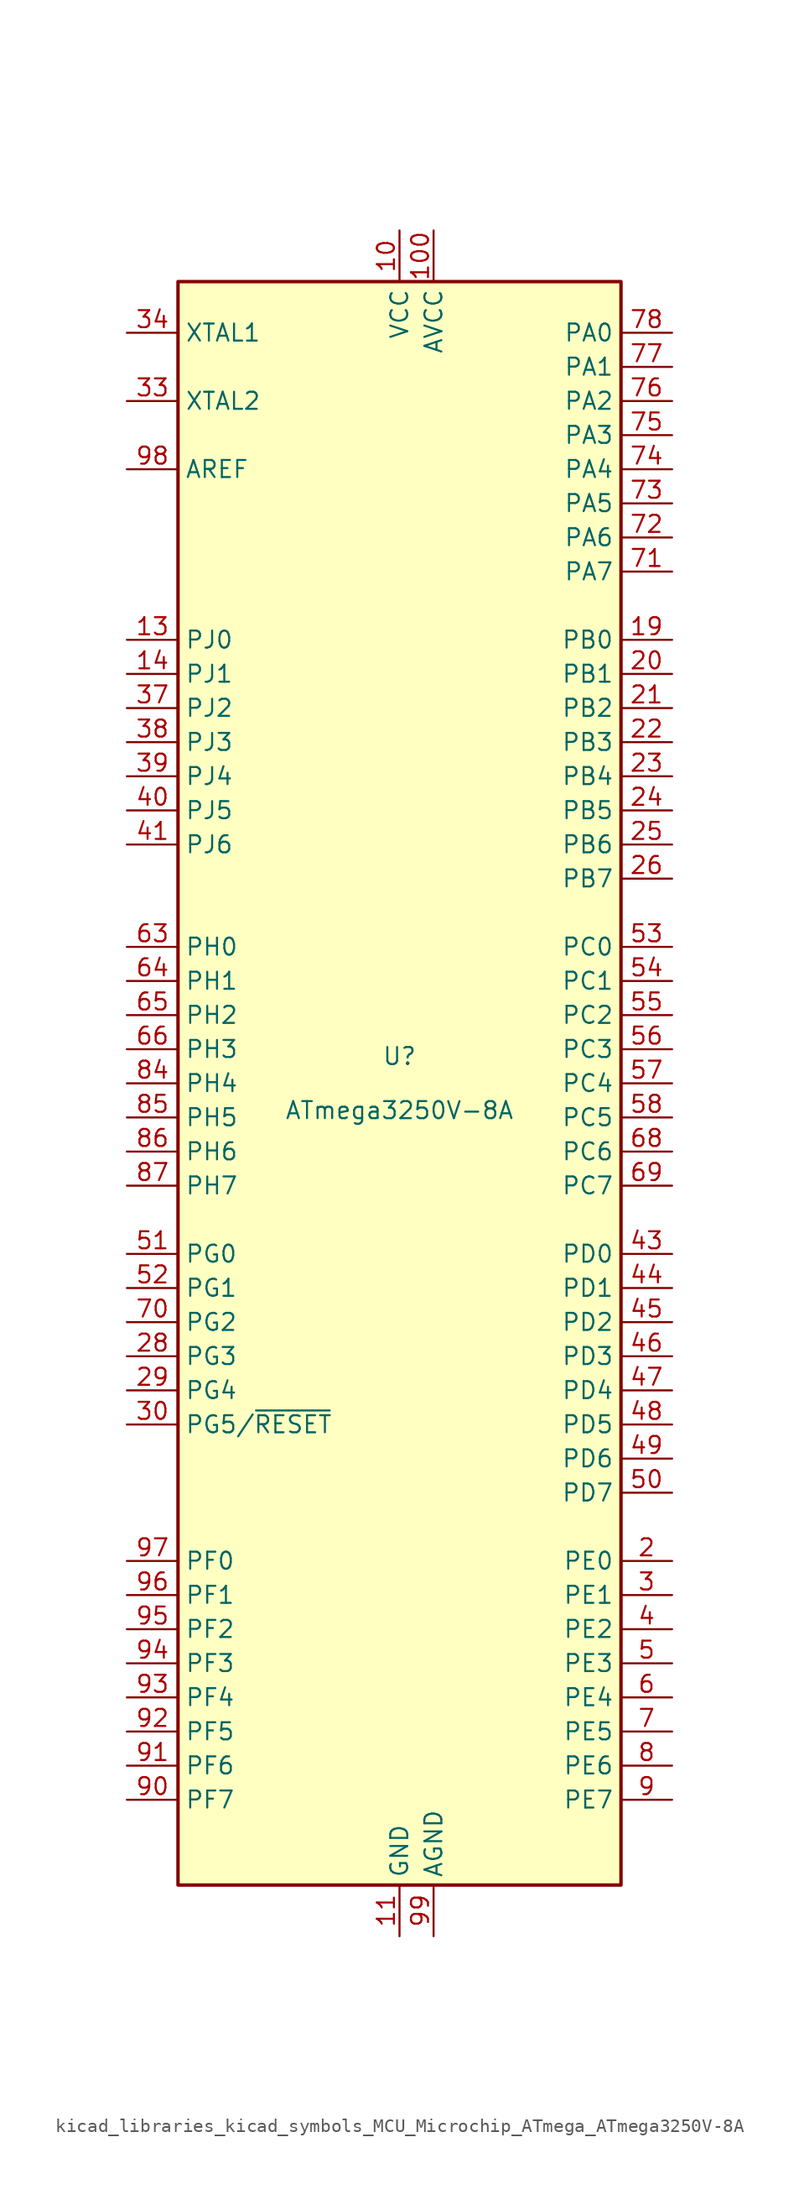
<source format=kicad_sym>
(kicad_symbol_lib
  (version 20220914)
  (generator kicad_symbol_editor)
  (symbol "kicad_libraries_kicad_symbols_MCU_Microchip_ATmega_ATmega3250V-8A"
    (property "Reference" "U"
      (at 0 1.27 0)
      (effects (font (size 1.27 1.27)) (justify bottom)))
    (property "Value" "ATmega3250V-8A"
      (at 0 -1.27 0)
      (effects (font (size 1.27 1.27)) (justify top)))
    (symbol "kicad_libraries_kicad_symbols_MCU_Microchip_ATmega_ATmega3250V-8A_0_1"
      (rectangle (start -16.51 -59.69) (end 16.51 59.69) (stroke (width 0.254) (type default)) (fill (type background))))
    (symbol "kicad_libraries_kicad_symbols_MCU_Microchip_ATmega_ATmega3250V-8A_1_1"
      (pin no_connect line (at -15.24 40.64 0) (length 2.54) hide (name "NC" (effects (font (size 1.27 1.27)))) (number "1" (effects (font (size 1.27 1.27)))))
      (pin power_in line (at 0 63.5 270) (length 3.81) (name "VCC" (effects (font (size 1.27 1.27)))) (number "10" (effects (font (size 1.27 1.27)))))
      (pin power_in line (at 2.54 63.5 270) (length 3.81) (name "AVCC" (effects (font (size 1.27 1.27)))) (number "100" (effects (font (size 1.27 1.27)))))
      (pin power_in line (at 0 -63.5 90) (length 3.81) (name "GND" (effects (font (size 1.27 1.27)))) (number "11" (effects (font (size 1.27 1.27)))))
      (pin no_connect line (at -15.24 38.1 0) (length 2.54) hide (name "NC" (effects (font (size 1.27 1.27)))) (number "12" (effects (font (size 1.27 1.27)))))
      (pin bidirectional line (at -20.32 33.02 0) (length 3.81) (name "PJ0" (effects (font (size 1.27 1.27)))) (number "13" (effects (font (size 1.27 1.27)))))
      (pin bidirectional line (at -20.32 30.48 0) (length 3.81) (name "PJ1" (effects (font (size 1.27 1.27)))) (number "14" (effects (font (size 1.27 1.27)))))
      (pin no_connect line (at -15.24 35.56 0) (length 2.54) hide (name "NC" (effects (font (size 1.27 1.27)))) (number "15" (effects (font (size 1.27 1.27)))))
      (pin no_connect line (at -15.24 15.24 0) (length 2.54) hide (name "NC" (effects (font (size 1.27 1.27)))) (number "16" (effects (font (size 1.27 1.27)))))
      (pin no_connect line (at -15.24 12.7 0) (length 2.54) hide (name "NC" (effects (font (size 1.27 1.27)))) (number "17" (effects (font (size 1.27 1.27)))))
      (pin no_connect line (at -15.24 -10.16 0) (length 2.54) hide (name "NC" (effects (font (size 1.27 1.27)))) (number "18" (effects (font (size 1.27 1.27)))))
      (pin bidirectional line (at 20.32 33.02 180) (length 3.81) (name "PB0" (effects (font (size 1.27 1.27)))) (number "19" (effects (font (size 1.27 1.27)))))
      (pin bidirectional line (at 20.32 -35.56 180) (length 3.81) (name "PE0" (effects (font (size 1.27 1.27)))) (number "2" (effects (font (size 1.27 1.27)))))
      (pin bidirectional line (at 20.32 30.48 180) (length 3.81) (name "PB1" (effects (font (size 1.27 1.27)))) (number "20" (effects (font (size 1.27 1.27)))))
      (pin bidirectional line (at 20.32 27.94 180) (length 3.81) (name "PB2" (effects (font (size 1.27 1.27)))) (number "21" (effects (font (size 1.27 1.27)))))
      (pin bidirectional line (at 20.32 25.4 180) (length 3.81) (name "PB3" (effects (font (size 1.27 1.27)))) (number "22" (effects (font (size 1.27 1.27)))))
      (pin bidirectional line (at 20.32 22.86 180) (length 3.81) (name "PB4" (effects (font (size 1.27 1.27)))) (number "23" (effects (font (size 1.27 1.27)))))
      (pin bidirectional line (at 20.32 20.32 180) (length 3.81) (name "PB5" (effects (font (size 1.27 1.27)))) (number "24" (effects (font (size 1.27 1.27)))))
      (pin bidirectional line (at 20.32 17.78 180) (length 3.81) (name "PB6" (effects (font (size 1.27 1.27)))) (number "25" (effects (font (size 1.27 1.27)))))
      (pin bidirectional line (at 20.32 15.24 180) (length 3.81) (name "PB7" (effects (font (size 1.27 1.27)))) (number "26" (effects (font (size 1.27 1.27)))))
      (pin no_connect line (at -15.24 -27.94 0) (length 2.54) hide (name "NC" (effects (font (size 1.27 1.27)))) (number "27" (effects (font (size 1.27 1.27)))))
      (pin bidirectional line (at -20.32 -20.32 0) (length 3.81) (name "PG3" (effects (font (size 1.27 1.27)))) (number "28" (effects (font (size 1.27 1.27)))))
      (pin bidirectional line (at -20.32 -22.86 0) (length 3.81) (name "PG4" (effects (font (size 1.27 1.27)))) (number "29" (effects (font (size 1.27 1.27)))))
      (pin bidirectional line (at 20.32 -38.1 180) (length 3.81) (name "PE1" (effects (font (size 1.27 1.27)))) (number "3" (effects (font (size 1.27 1.27)))))
      (pin bidirectional line (at -20.32 -25.4 0) (length 3.81) (name "PG5/~{RESET}" (effects (font (size 1.27 1.27)))) (number "30" (effects (font (size 1.27 1.27)))))
      (pin passive line (at 0 63.5 270) (length 3.81) hide (name "VCC" (effects (font (size 1.27 1.27)))) (number "31" (effects (font (size 1.27 1.27)))))
      (pin passive line (at 0 -63.5 90) (length 3.81) hide (name "GND" (effects (font (size 1.27 1.27)))) (number "32" (effects (font (size 1.27 1.27)))))
      (pin output line (at -20.32 50.8 0) (length 3.81) (name "XTAL2" (effects (font (size 1.27 1.27)))) (number "33" (effects (font (size 1.27 1.27)))))
      (pin input line (at -20.32 55.88 0) (length 3.81) (name "XTAL1" (effects (font (size 1.27 1.27)))) (number "34" (effects (font (size 1.27 1.27)))))
      (pin no_connect line (at -15.24 -30.48 0) (length 2.54) hide (name "NC" (effects (font (size 1.27 1.27)))) (number "35" (effects (font (size 1.27 1.27)))))
      (pin no_connect line (at -15.24 -33.02 0) (length 2.54) hide (name "NC" (effects (font (size 1.27 1.27)))) (number "36" (effects (font (size 1.27 1.27)))))
      (pin bidirectional line (at -20.32 27.94 0) (length 3.81) (name "PJ2" (effects (font (size 1.27 1.27)))) (number "37" (effects (font (size 1.27 1.27)))))
      (pin bidirectional line (at -20.32 25.4 0) (length 3.81) (name "PJ3" (effects (font (size 1.27 1.27)))) (number "38" (effects (font (size 1.27 1.27)))))
      (pin bidirectional line (at -20.32 22.86 0) (length 3.81) (name "PJ4" (effects (font (size 1.27 1.27)))) (number "39" (effects (font (size 1.27 1.27)))))
      (pin bidirectional line (at 20.32 -40.64 180) (length 3.81) (name "PE2" (effects (font (size 1.27 1.27)))) (number "4" (effects (font (size 1.27 1.27)))))
      (pin bidirectional line (at -20.32 20.32 0) (length 3.81) (name "PJ5" (effects (font (size 1.27 1.27)))) (number "40" (effects (font (size 1.27 1.27)))))
      (pin bidirectional line (at -20.32 17.78 0) (length 3.81) (name "PJ6" (effects (font (size 1.27 1.27)))) (number "41" (effects (font (size 1.27 1.27)))))
      (pin no_connect line (at -15.24 -58.42 90) (length 2.54) hide (name "NC" (effects (font (size 1.27 1.27)))) (number "42" (effects (font (size 1.27 1.27)))))
      (pin bidirectional line (at 20.32 -12.7 180) (length 3.81) (name "PD0" (effects (font (size 1.27 1.27)))) (number "43" (effects (font (size 1.27 1.27)))))
      (pin bidirectional line (at 20.32 -15.24 180) (length 3.81) (name "PD1" (effects (font (size 1.27 1.27)))) (number "44" (effects (font (size 1.27 1.27)))))
      (pin bidirectional line (at 20.32 -17.78 180) (length 3.81) (name "PD2" (effects (font (size 1.27 1.27)))) (number "45" (effects (font (size 1.27 1.27)))))
      (pin bidirectional line (at 20.32 -20.32 180) (length 3.81) (name "PD3" (effects (font (size 1.27 1.27)))) (number "46" (effects (font (size 1.27 1.27)))))
      (pin bidirectional line (at 20.32 -22.86 180) (length 3.81) (name "PD4" (effects (font (size 1.27 1.27)))) (number "47" (effects (font (size 1.27 1.27)))))
      (pin bidirectional line (at 20.32 -25.4 180) (length 3.81) (name "PD5" (effects (font (size 1.27 1.27)))) (number "48" (effects (font (size 1.27 1.27)))))
      (pin bidirectional line (at 20.32 -27.94 180) (length 3.81) (name "PD6" (effects (font (size 1.27 1.27)))) (number "49" (effects (font (size 1.27 1.27)))))
      (pin bidirectional line (at 20.32 -43.18 180) (length 3.81) (name "PE3" (effects (font (size 1.27 1.27)))) (number "5" (effects (font (size 1.27 1.27)))))
      (pin bidirectional line (at 20.32 -30.48 180) (length 3.81) (name "PD7" (effects (font (size 1.27 1.27)))) (number "50" (effects (font (size 1.27 1.27)))))
      (pin bidirectional line (at -20.32 -12.7 0) (length 3.81) (name "PG0" (effects (font (size 1.27 1.27)))) (number "51" (effects (font (size 1.27 1.27)))))
      (pin bidirectional line (at -20.32 -15.24 0) (length 3.81) (name "PG1" (effects (font (size 1.27 1.27)))) (number "52" (effects (font (size 1.27 1.27)))))
      (pin bidirectional line (at 20.32 10.16 180) (length 3.81) (name "PC0" (effects (font (size 1.27 1.27)))) (number "53" (effects (font (size 1.27 1.27)))))
      (pin bidirectional line (at 20.32 7.62 180) (length 3.81) (name "PC1" (effects (font (size 1.27 1.27)))) (number "54" (effects (font (size 1.27 1.27)))))
      (pin bidirectional line (at 20.32 5.08 180) (length 3.81) (name "PC2" (effects (font (size 1.27 1.27)))) (number "55" (effects (font (size 1.27 1.27)))))
      (pin bidirectional line (at 20.32 2.54 180) (length 3.81) (name "PC3" (effects (font (size 1.27 1.27)))) (number "56" (effects (font (size 1.27 1.27)))))
      (pin bidirectional line (at 20.32 0 180) (length 3.81) (name "PC4" (effects (font (size 1.27 1.27)))) (number "57" (effects (font (size 1.27 1.27)))))
      (pin bidirectional line (at 20.32 -2.54 180) (length 3.81) (name "PC5" (effects (font (size 1.27 1.27)))) (number "58" (effects (font (size 1.27 1.27)))))
      (pin no_connect line (at -12.7 -58.42 90) (length 2.54) hide (name "NC" (effects (font (size 1.27 1.27)))) (number "59" (effects (font (size 1.27 1.27)))))
      (pin bidirectional line (at 20.32 -45.72 180) (length 3.81) (name "PE4" (effects (font (size 1.27 1.27)))) (number "6" (effects (font (size 1.27 1.27)))))
      (pin no_connect line (at -10.16 -58.42 90) (length 2.54) hide (name "NC" (effects (font (size 1.27 1.27)))) (number "60" (effects (font (size 1.27 1.27)))))
      (pin no_connect line (at -7.62 -58.42 90) (length 2.54) hide (name "NC" (effects (font (size 1.27 1.27)))) (number "61" (effects (font (size 1.27 1.27)))))
      (pin no_connect line (at -5.08 -58.42 90) (length 2.54) hide (name "NC" (effects (font (size 1.27 1.27)))) (number "62" (effects (font (size 1.27 1.27)))))
      (pin bidirectional line (at -20.32 10.16 0) (length 3.81) (name "PH0" (effects (font (size 1.27 1.27)))) (number "63" (effects (font (size 1.27 1.27)))))
      (pin bidirectional line (at -20.32 7.62 0) (length 3.81) (name "PH1" (effects (font (size 1.27 1.27)))) (number "64" (effects (font (size 1.27 1.27)))))
      (pin bidirectional line (at -20.32 5.08 0) (length 3.81) (name "PH2" (effects (font (size 1.27 1.27)))) (number "65" (effects (font (size 1.27 1.27)))))
      (pin bidirectional line (at -20.32 2.54 0) (length 3.81) (name "PH3" (effects (font (size 1.27 1.27)))) (number "66" (effects (font (size 1.27 1.27)))))
      (pin no_connect line (at -2.54 -58.42 90) (length 2.54) hide (name "NC" (effects (font (size 1.27 1.27)))) (number "67" (effects (font (size 1.27 1.27)))))
      (pin bidirectional line (at 20.32 -5.08 180) (length 3.81) (name "PC6" (effects (font (size 1.27 1.27)))) (number "68" (effects (font (size 1.27 1.27)))))
      (pin bidirectional line (at 20.32 -7.62 180) (length 3.81) (name "PC7" (effects (font (size 1.27 1.27)))) (number "69" (effects (font (size 1.27 1.27)))))
      (pin bidirectional line (at 20.32 -48.26 180) (length 3.81) (name "PE5" (effects (font (size 1.27 1.27)))) (number "7" (effects (font (size 1.27 1.27)))))
      (pin bidirectional line (at -20.32 -17.78 0) (length 3.81) (name "PG2" (effects (font (size 1.27 1.27)))) (number "70" (effects (font (size 1.27 1.27)))))
      (pin bidirectional line (at 20.32 38.1 180) (length 3.81) (name "PA7" (effects (font (size 1.27 1.27)))) (number "71" (effects (font (size 1.27 1.27)))))
      (pin bidirectional line (at 20.32 40.64 180) (length 3.81) (name "PA6" (effects (font (size 1.27 1.27)))) (number "72" (effects (font (size 1.27 1.27)))))
      (pin bidirectional line (at 20.32 43.18 180) (length 3.81) (name "PA5" (effects (font (size 1.27 1.27)))) (number "73" (effects (font (size 1.27 1.27)))))
      (pin bidirectional line (at 20.32 45.72 180) (length 3.81) (name "PA4" (effects (font (size 1.27 1.27)))) (number "74" (effects (font (size 1.27 1.27)))))
      (pin bidirectional line (at 20.32 48.26 180) (length 3.81) (name "PA3" (effects (font (size 1.27 1.27)))) (number "75" (effects (font (size 1.27 1.27)))))
      (pin bidirectional line (at 20.32 50.8 180) (length 3.81) (name "PA2" (effects (font (size 1.27 1.27)))) (number "76" (effects (font (size 1.27 1.27)))))
      (pin bidirectional line (at 20.32 53.34 180) (length 3.81) (name "PA1" (effects (font (size 1.27 1.27)))) (number "77" (effects (font (size 1.27 1.27)))))
      (pin bidirectional line (at 20.32 55.88 180) (length 3.81) (name "PA0" (effects (font (size 1.27 1.27)))) (number "78" (effects (font (size 1.27 1.27)))))
      (pin no_connect line (at 5.08 -58.42 90) (length 2.54) hide (name "NC" (effects (font (size 1.27 1.27)))) (number "79" (effects (font (size 1.27 1.27)))))
      (pin bidirectional line (at 20.32 -50.8 180) (length 3.81) (name "PE6" (effects (font (size 1.27 1.27)))) (number "8" (effects (font (size 1.27 1.27)))))
      (pin passive line (at 0 63.5 270) (length 3.81) hide (name "VCC" (effects (font (size 1.27 1.27)))) (number "80" (effects (font (size 1.27 1.27)))))
      (pin passive line (at 0 -63.5 90) (length 3.81) hide (name "GND" (effects (font (size 1.27 1.27)))) (number "81" (effects (font (size 1.27 1.27)))))
      (pin no_connect line (at 7.62 -58.42 90) (length 2.54) hide (name "NC" (effects (font (size 1.27 1.27)))) (number "82" (effects (font (size 1.27 1.27)))))
      (pin no_connect line (at 10.16 -58.42 90) (length 2.54) hide (name "NC" (effects (font (size 1.27 1.27)))) (number "83" (effects (font (size 1.27 1.27)))))
      (pin bidirectional line (at -20.32 0 0) (length 3.81) (name "PH4" (effects (font (size 1.27 1.27)))) (number "84" (effects (font (size 1.27 1.27)))))
      (pin bidirectional line (at -20.32 -2.54 0) (length 3.81) (name "PH5" (effects (font (size 1.27 1.27)))) (number "85" (effects (font (size 1.27 1.27)))))
      (pin bidirectional line (at -20.32 -5.08 0) (length 3.81) (name "PH6" (effects (font (size 1.27 1.27)))) (number "86" (effects (font (size 1.27 1.27)))))
      (pin bidirectional line (at -20.32 -7.62 0) (length 3.81) (name "PH7" (effects (font (size 1.27 1.27)))) (number "87" (effects (font (size 1.27 1.27)))))
      (pin no_connect line (at 12.7 -58.42 90) (length 2.54) hide (name "NC" (effects (font (size 1.27 1.27)))) (number "88" (effects (font (size 1.27 1.27)))))
      (pin no_connect line (at 15.24 -58.42 90) (length 2.54) hide (name "NC" (effects (font (size 1.27 1.27)))) (number "89" (effects (font (size 1.27 1.27)))))
      (pin bidirectional line (at 20.32 -53.34 180) (length 3.81) (name "PE7" (effects (font (size 1.27 1.27)))) (number "9" (effects (font (size 1.27 1.27)))))
      (pin bidirectional line (at -20.32 -53.34 0) (length 3.81) (name "PF7" (effects (font (size 1.27 1.27)))) (number "90" (effects (font (size 1.27 1.27)))))
      (pin bidirectional line (at -20.32 -50.8 0) (length 3.81) (name "PF6" (effects (font (size 1.27 1.27)))) (number "91" (effects (font (size 1.27 1.27)))))
      (pin bidirectional line (at -20.32 -48.26 0) (length 3.81) (name "PF5" (effects (font (size 1.27 1.27)))) (number "92" (effects (font (size 1.27 1.27)))))
      (pin bidirectional line (at -20.32 -45.72 0) (length 3.81) (name "PF4" (effects (font (size 1.27 1.27)))) (number "93" (effects (font (size 1.27 1.27)))))
      (pin bidirectional line (at -20.32 -43.18 0) (length 3.81) (name "PF3" (effects (font (size 1.27 1.27)))) (number "94" (effects (font (size 1.27 1.27)))))
      (pin bidirectional line (at -20.32 -40.64 0) (length 3.81) (name "PF2" (effects (font (size 1.27 1.27)))) (number "95" (effects (font (size 1.27 1.27)))))
      (pin bidirectional line (at -20.32 -38.1 0) (length 3.81) (name "PF1" (effects (font (size 1.27 1.27)))) (number "96" (effects (font (size 1.27 1.27)))))
      (pin bidirectional line (at -20.32 -35.56 0) (length 3.81) (name "PF0" (effects (font (size 1.27 1.27)))) (number "97" (effects (font (size 1.27 1.27)))))
      (pin passive line (at -20.32 45.72 0) (length 3.81) (name "AREF" (effects (font (size 1.27 1.27)))) (number "98" (effects (font (size 1.27 1.27)))))
      (pin power_in line (at 2.54 -63.5 90) (length 3.81) (name "AGND" (effects (font (size 1.27 1.27)))) (number "99" (effects (font (size 1.27 1.27))))))))
</source>
